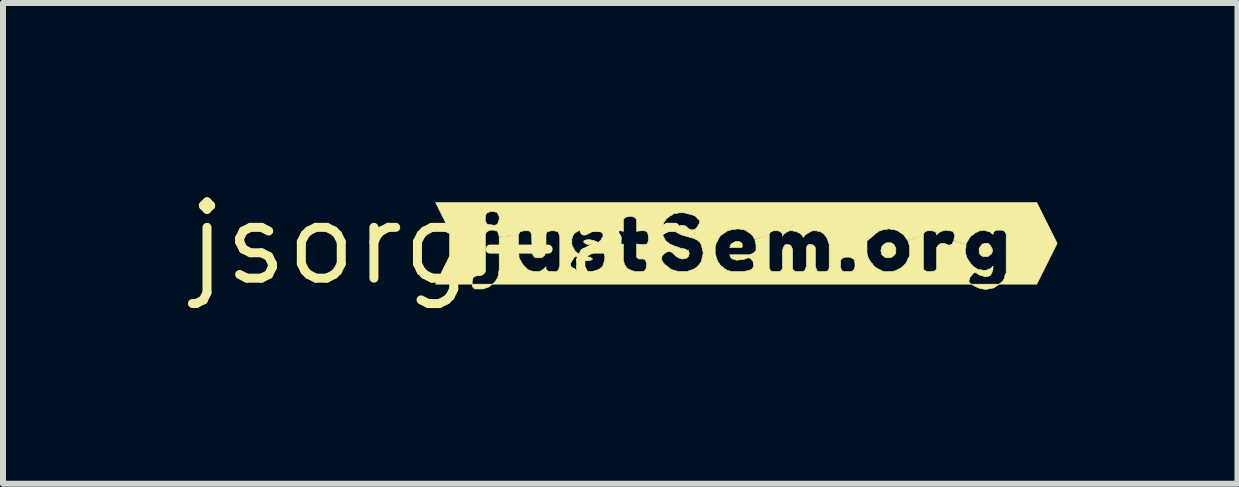
<source format=kicad_pcb>
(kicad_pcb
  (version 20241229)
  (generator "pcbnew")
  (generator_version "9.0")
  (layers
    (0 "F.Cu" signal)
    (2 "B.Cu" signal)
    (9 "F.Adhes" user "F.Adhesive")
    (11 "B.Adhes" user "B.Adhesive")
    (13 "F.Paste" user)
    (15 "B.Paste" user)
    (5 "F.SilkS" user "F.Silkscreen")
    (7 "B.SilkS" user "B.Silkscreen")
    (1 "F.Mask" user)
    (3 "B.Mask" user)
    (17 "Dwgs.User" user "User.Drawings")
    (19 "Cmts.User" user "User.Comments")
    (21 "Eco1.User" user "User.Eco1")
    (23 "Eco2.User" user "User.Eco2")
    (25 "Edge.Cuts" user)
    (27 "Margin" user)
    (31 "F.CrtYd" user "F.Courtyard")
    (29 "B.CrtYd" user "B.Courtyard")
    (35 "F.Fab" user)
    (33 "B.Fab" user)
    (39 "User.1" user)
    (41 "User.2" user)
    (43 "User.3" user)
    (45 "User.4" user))
  (footprint "jsorg-ar"
    (layer "F.Cu")
    (at 4.21 1.006)
    (property "Reference" "jsorg-ar" (at 0 0 0) (layer "F.SilkS") (effects (font (size 1.27 1.27) (thickness 0.15))))
    (attr board_only exclude_from_pos_files exclude_from_bom)
    (fp_poly (pts (xy 5.07 0.07) (xy 5.08 0.07) (xy 5.09 0.07) (xy 5.1 0.07) (xy 5.11 0.06) (xy 5.11 0.05) (xy 5.11 0.04) (xy 5.11 0.02) (xy 5.11 0.01) (xy 5.1 -0.01) (xy 5.08 -0.02) (xy 5.06 -0.03) (xy 5.03 -0.03) (xy 5 -0.03) (xy 4.98 -0.02) (xy 4.96 -0.01) (xy 4.94 0) (xy 4.92 0.02) (xy 4.91 0.04) (xy 4.91 0.06) (xy 4.9 0.07) (xy 5.07 0.07)) (stroke (width 0.01) (type solid)) (fill yes) (layer "F.SilkS"))
    (fp_poly (pts (xy 7.5 0.24) (xy 7.56 0.24) (xy 7.58 0.24) (xy 7.6 0.23) (xy 7.62 0.22) (xy 7.64 0.2) (xy 7.66 0.18) (xy 7.67 0.16) (xy 7.67 0.14) (xy 7.67 0.11) (xy 7.67 0.08) (xy 7.66 0.06) (xy 7.65 0.04) (xy 7.64 0.02) (xy 7.61 0) (xy 7.59 -0.01) (xy 7.57 -0.01) (xy 7.54 -0.01) (xy 7.52 -0.01) (xy 7.5 0) (xy 7.48 0.01) (xy 7.46 0.03) (xy 7.44 0.05) (xy 7.43 0.07) (xy 7.43 0.09) (xy 7.42 0.12) (xy 7.43 0.15) (xy 7.43 0.17) (xy 7.44 0.19) (xy 7.45 0.2) (xy 7.5 0.24)) (stroke (width 0.01) (type solid)) (fill yes) (layer "F.SilkS"))
    (fp_poly (pts (xy 9.06 0.16) (xy 9.09 0.2) (xy 9.11 0.21) (xy 9.12 0.22) (xy 9.14 0.22) (xy 9.16 0.22) (xy 9.18 0.22) (xy 9.2 0.22) (xy 9.22 0.21) (xy 9.24 0.19) (xy 9.26 0.18) (xy 9.27 0.16) (xy 9.28 0.14) (xy 9.28 0.12) (xy 9.28 0.1) (xy 9.27 0.08) (xy 9.26 0.06) (xy 9.25 0.04) (xy 9.23 0.02) (xy 9.22 0.01) (xy 9.2 0) (xy 9.18 0) (xy 9.15 0) (xy 9.13 0.01) (xy 9.11 0.01) (xy 9.1 0.03) (xy 9.08 0.05) (xy 9.07 0.07) (xy 9.06 0.08) (xy 9.06 0.1) (xy 9.06 0.16)) (stroke (width 0.01) (type solid)) (fill yes) (layer "F.SilkS"))
    (fp_poly (pts (xy 0.68 -0.68) (xy 0 -0.68) (xy 0.34 0) (xy 0.83 -0.11) (xy 0.83 -0.14) (xy 0.84 -0.17) (xy 0.85 -0.19) (xy 0.87 -0.2) (xy 0.9 -0.22) (xy 0.97 -0.22) (xy 0.98 -0.3) (xy 0.92 -0.31) (xy 0.89 -0.31) (xy 0.87 -0.32) (xy 0.86 -0.32) (xy 0.85 -0.33) (xy 0.84 -0.35) (xy 0.84 -0.36) (xy 0.83 -0.37) (xy 0.83 -0.47) (xy 0.84 -0.48) (xy 0.85 -0.5) (xy 0.86 -0.51) (xy 0.87 -0.51) (xy 0.89 -0.52) (xy 0.91 -0.53) (xy 0.94 -0.53) (xy 0.98 -0.53) (xy 1 -0.52) (xy 1.02 -0.52) (xy 1.03 -0.51) (xy 1.04 -0.49) (xy 1.05 -0.47) (xy 1.06 -0.45) (xy 1.06 -0.4) (xy 1.05 -0.37) (xy 1.04 -0.34) (xy 1.03 -0.32) (xy 1.01 -0.31) (xy 0.98 -0.3) (xy 0.97 -0.22) (xy 0.99 -0.21) (xy 1.01 -0.21) (xy 1.03 -0.2) (xy 1.04 -0.18) (xy 1.05 -0.16) (xy 1.05 -0.15) (xy 1.06 -0.11) (xy 1.38 -0.14) (xy 1.38 -0.15) (xy 1.39 -0.16) (xy 1.4 -0.18) (xy 1.41 -0.2) (xy 1.44 -0.2) (xy 1.47 -0.21) (xy 1.51 -0.21) (xy 1.54 -0.21) (xy 1.57 -0.2) (xy 1.58 -0.19) (xy 1.59 -0.18) (xy 1.59 -0.17) (xy 1.6 -0.16) (xy 1.6 -0.13) (xy 1.61 0.13) (xy 1.61 0.15) (xy 1.61 0.17) (xy 1.62 0.19) (xy 1.63 0.21) (xy 1.64 0.22) (xy 1.65 0.23) (xy 1.67 0.24) (xy 1.69 0.24) (xy 1.71 0.24) (xy 1.73 0.24) (xy 1.75 0.24) (xy 1.77 0.24) (xy 1.78 0.23) (xy 1.79 0.22) (xy 1.81 0.21) (xy 1.82 0.2) (xy 1.82 0.19) (xy 1.83 0.17) (xy 1.83 0.15) (xy 1.84 0.13) (xy 1.84 -0.12) (xy 1.84 -0.15) (xy 1.85 -0.18) (xy 1.86 -0.19) (xy 1.88 -0.2) (xy 1.9 -0.2) (xy 1.92 -0.21) (xy 1.95 -0.21) (xy 1.98 -0.21) (xy 2.01 -0.2) (xy 2.03 -0.2) (xy 2.04 -0.19) (xy 2.05 -0.18) (xy 2.06 -0.14) (xy 2.07 -0.11) (xy 2.07 0.37) (xy 2.25 0.35) (xy 2.25 0.33) (xy 2.27 0.3) (xy 2.3 0.25) (xy 2.31 0.23) (xy 2.32 0.23) (xy 2.33 0.22) (xy 2.35 0.22) (xy 2.37 0.23) (xy 2.4 0.24) (xy 2.47 0.28) (xy 2.49 0.29) (xy 2.51 0.29) (xy 2.55 0.29) (xy 2.58 0.28) (xy 2.59 0.28) (xy 2.6 0.27) (xy 2.61 0.27) (xy 2.61 0.26) (xy 2.61 0.25) (xy 2.6 0.25) (xy 2.59 0.24) (xy 2.58 0.23) (xy 2.56 0.23) (xy 2.52 0.22) (xy 2.48 0.21) (xy 2.44 0.2) (xy 2.4 0.18) (xy 2.36 0.16) (xy 2.34 0.14) (xy 2.32 0.12) (xy 2.3 0.08) (xy 2.28 0.05) (xy 2.27 0.01) (xy 2.27 -0.03) (xy 2.27 -0.07) (xy 2.28 -0.1) (xy 2.29 -0.13) (xy 2.31 -0.16) (xy 2.33 -0.18) (xy 2.35 -0.19) (xy 2.37 -0.2) (xy 2.39 -0.21) (xy 2.42 -0.22) (xy 2.45 -0.23) (xy 2.49 -0.23) (xy 2.52 -0.24) (xy 2.59 -0.24) (xy 2.62 -0.23) (xy 2.66 -0.23) (xy 2.69 -0.22) (xy 2.73 -0.2) (xy 2.75 -0.19) (xy 2.77 -0.18) (xy 2.78 -0.17) (xy 2.79 -0.15) (xy 2.79 -0.13) (xy 3.01 -0.14) (xy 3.02 -0.16) (xy 3.02 -0.18) (xy 3.05 -0.2) (xy 3.07 -0.21) (xy 3.08 -0.21) (xy 3.13 -0.2) (xy 3.13 -0.38) (xy 3.13 -0.4) (xy 3.15 -0.42) (xy 3.15 -0.43) (xy 3.16 -0.43) (xy 3.18 -0.44) (xy 3.19 -0.44) (xy 3.22 -0.45) (xy 3.25 -0.45) (xy 3.27 -0.45) (xy 3.29 -0.44) (xy 3.31 -0.44) (xy 3.32 -0.43) (xy 3.33 -0.42) (xy 3.34 -0.41) (xy 3.35 -0.4) (xy 3.35 -0.38) (xy 3.35 -0.34) (xy 3.35 -0.2) (xy 3.42 -0.21) (xy 3.47 -0.21) (xy 3.52 -0.2) (xy 3.52 -0.19) (xy 3.53 -0.18) (xy 3.54 -0.16) (xy 3.54 -0.15) (xy 3.78 -0.17) (xy 3.78 -0.21) (xy 3.78 -0.26) (xy 3.79 -0.3) (xy 3.8 -0.34) (xy 3.82 -0.37) (xy 3.84 -0.4) (xy 3.86 -0.42) (xy 3.89 -0.44) (xy 3.91 -0.46) (xy 3.94 -0.47) (xy 3.96 -0.49) (xy 3.99 -0.5) (xy 4.02 -0.5) (xy 4.06 -0.51) (xy 4.1 -0.51) (xy 4.14 -0.51) (xy 4.18 -0.5) (xy 4.22 -0.49) (xy 4.26 -0.48) (xy 4.29 -0.47) (xy 4.32 -0.46) (xy 4.36 -0.42) (xy 4.38 -0.4) (xy 4.4 -0.38) (xy 4.4 -0.36) (xy 4.4 -0.35) (xy 4.4 -0.34) (xy 4.38 -0.31) (xy 4.36 -0.27) (xy 4.33 -0.24) (xy 4.32 -0.23) (xy 4.3 -0.23) (xy 4.28 -0.22) (xy 4.27 -0.23) (xy 4.24 -0.23) (xy 4.21 -0.25) (xy 4.18 -0.28) (xy 4.16 -0.29) (xy 4.13 -0.3) (xy 4.09 -0.3) (xy 4.07 -0.29) (xy 4.06 -0.29) (xy 4.04 -0.28) (xy 4.03 -0.27) (xy 4.02 -0.26) (xy 4.01 -0.24) (xy 4.01 -0.23) (xy 4.01 -0.21) (xy 4.01 -0.19) (xy 4.02 -0.18) (xy 4.04 -0.17) (xy 4.06 -0.16) (xy 4.1 -0.14) (xy 4.24 -0.1) (xy 4.28 -0.09) (xy 4.31 -0.08) (xy 4.35 -0.06) (xy 4.37 -0.05) (xy 4.39 -0.03) (xy 4.41 -0.01) (xy 4.43 0.03) (xy 4.44 0.07) (xy 4.45 0.11) (xy 4.46 0.16) (xy 4.66 0.13) (xy 4.66 0.09) (xy 4.66 0.06) (xy 4.67 0.02) (xy 4.68 -0.01) (xy 4.7 -0.04) (xy 4.71 -0.07) (xy 4.73 -0.1) (xy 4.75 -0.13) (xy 4.78 -0.15) (xy 4.81 -0.17) (xy 4.84 -0.19) (xy 4.87 -0.21) (xy 4.91 -0.22) (xy 4.94 -0.23) (xy 4.98 -0.23) (xy 5.02 -0.24) (xy 5.06 -0.24) (xy 5.1 -0.23) (xy 5.13 -0.23) (xy 5.16 -0.22) (xy 5.19 -0.2) (xy 5.22 -0.18) (xy 5.25 -0.16) (xy 5.27 -0.14) (xy 5.29 -0.12) (xy 5.3 -0.1) (xy 5.32 -0.07) (xy 5.56 -0.14) (xy 5.56 -0.15) (xy 5.57 -0.17) (xy 5.58 -0.19) (xy 5.59 -0.19) (xy 5.61 -0.2) (xy 5.63 -0.21) (xy 5.65 -0.21) (xy 5.68 -0.21) (xy 5.71 -0.21) (xy 5.73 -0.2) (xy 5.74 -0.2) (xy 5.75 -0.19) (xy 5.76 -0.18) (xy 5.77 -0.17) (xy 5.78 -0.16) (xy 5.78 -0.14) (xy 5.78 -0.12) (xy 5.81 -0.16) (xy 5.83 -0.17) (xy 5.85 -0.19) (xy 5.86 -0.19) (xy 5.88 -0.2) (xy 5.9 -0.21) (xy 5.92 -0.21) (xy 5.95 -0.21) (xy 5.98 -0.2) (xy 6.01 -0.2) (xy 6.04 -0.18) (xy 6.07 -0.17) (xy 6.09 -0.15) (xy 6.11 -0.13) (xy 6.13 -0.1) (xy 6.16 -0.14) (xy 6.19 -0.16) (xy 6.24 -0.19) (xy 6.26 -0.2) (xy 6.28 -0.21) (xy 6.3 -0.21) (xy 6.33 -0.21) (xy 6.35 -0.21) (xy 6.37 -0.2) (xy 6.4 -0.2) (xy 6.42 -0.19) (xy 6.44 -0.18) (xy 6.45 -0.17) (xy 6.48 -0.15) (xy 6.49 -0.13) (xy 6.51 -0.11) (xy 6.52 -0.09) (xy 6.53 -0.07) (xy 6.54 -0.04) (xy 6.55 -0.01) (xy 6.56 0.02) (xy 6.56 0.07) (xy 6.56 0.11) (xy 6.56 0.37) (xy 6.75 0.37) (xy 6.75 0.31) (xy 6.75 0.3) (xy 6.75 0.28) (xy 6.76 0.27) (xy 6.77 0.26) (xy 6.79 0.24) (xy 6.81 0.24) (xy 6.83 0.23) (xy 6.86 0.23) (xy 6.9 0.23) (xy 6.92 0.24) (xy 6.95 0.25) (xy 6.96 0.26) (xy 6.98 0.27) (xy 6.98 0.3) (xy 7.2 0.21) (xy 7.19 0.16) (xy 7.19 0.12) (xy 7.19 -0.04) (xy 7.31 -0.14) (xy 7.34 -0.17) (xy 7.36 -0.18) (xy 7.38 -0.2) (xy 7.41 -0.21) (xy 7.44 -0.22) (xy 7.47 -0.23) (xy 7.5 -0.23) (xy 7.54 -0.24) (xy 7.57 -0.24) (xy 7.6 -0.23) (xy 7.64 -0.23) (xy 7.67 -0.22) (xy 7.7 -0.21) (xy 7.73 -0.19) (xy 7.76 -0.17) (xy 7.79 -0.15) (xy 7.81 -0.13) (xy 7.83 -0.1) (xy 7.85 -0.07) (xy 7.87 -0.05) (xy 8.13 -0.14) (xy 8.13 -0.16) (xy 8.15 -0.18) (xy 8.15 -0.19) (xy 8.17 -0.2) (xy 8.18 -0.2) (xy 8.2 -0.21) (xy 8.25 -0.21) (xy 8.28 -0.21) (xy 8.3 -0.2) (xy 8.32 -0.2) (xy 8.34 -0.18) (xy 8.35 -0.16) (xy 8.35 -0.14) (xy 8.37 -0.16) (xy 8.39 -0.18) (xy 8.43 -0.2) (xy 8.47 -0.21) (xy 8.5 -0.22) (xy 8.54 -0.21) (xy 8.57 -0.21) (xy 8.62 -0.2) (xy 8.64 -0.17) (xy 8.64 -0.16) (xy 8.65 -0.14) (xy 8.65 -0.11) (xy 8.64 -0.08) (xy 8.64 -0.05) (xy 8.84 0.02) (xy 8.85 -0.01) (xy 8.87 -0.04) (xy 8.88 -0.06) (xy 8.9 -0.09) (xy 8.92 -0.12) (xy 8.95 -0.14) (xy 8.98 -0.16) (xy 9 -0.18) (xy 9.03 -0.19) (xy 9.07 -0.21) (xy 9.1 -0.21) (xy 9.14 -0.22) (xy 9.17 -0.21) (xy 9.2 -0.2) (xy 9.24 -0.19) (xy 9.26 -0.17) (xy 9.29 -0.15) (xy 9.3 -0.18) (xy 9.31 -0.2) (xy 9.33 -0.21) (xy 9.35 -0.22) (xy 9.37 -0.22) (xy 9.4 -0.22) (xy 9.42 -0.22) (xy 9.44 -0.22) (xy 9.46 -0.21) (xy 9.47 -0.21) (xy 9.48 -0.2) (xy 9.49 -0.19) (xy 9.5 -0.17) (xy 9.51 -0.16) (xy 9.51 -0.14) (xy 9.51 -0.12) (xy 9.51 0.43) (xy 9.51 0.49) (xy 9.49 0.53) (xy 9.48 0.58) (xy 9.46 0.62) (xy 9.43 0.65) (xy 9.39 0.68) (xy 9.35 0.71) (xy 9.31 0.74) (xy 9.26 0.75) (xy 9.21 0.76) (xy 9.17 0.77) (xy 9.12 0.76) (xy 9.07 0.75) (xy 9.02 0.73) (xy 8.98 0.71) (xy 8.93 0.68) (xy 8.91 0.67) (xy 8.9 0.65) (xy 8.89 0.64) (xy 8.89 0.62) (xy 8.9 0.59) (xy 8.91 0.56) (xy 8.93 0.54) (xy 8.96 0.5) (xy 8.98 0.49) (xy 9 0.49) (xy 9.01 0.49) (xy 9.02 0.5) (xy 9.05 0.52) (xy 9.07 0.53) (xy 9.11 0.54) (xy 9.14 0.55) (xy 9.16 0.56) (xy 9.19 0.55) (xy 9.21 0.55) (xy 9.23 0.54) (xy 9.25 0.53) (xy 9.26 0.51) (xy 9.27 0.49) (xy 9.28 0.47) (xy 9.28 0.45) (xy 9.29 0.44) (xy 9.29 0.38) (xy 9.27 0.4) (xy 9.25 0.42) (xy 9.22 0.43) (xy 9.2 0.44) (xy 9.16 0.45) (xy 9.13 0.45) (xy 9.09 0.44) (xy 9.06 0.44) (xy 9.03 0.43) (xy 9 0.41) (xy 8.97 0.39) (xy 8.95 0.37) (xy 8.92 0.34) (xy 8.9 0.31) (xy 8.88 0.28) (xy 8.86 0.25) (xy 8.85 0.22) (xy 8.84 0.19) (xy 8.83 0.16) (xy 8.83 0.12) (xy 8.83 0.09) (xy 8.84 0.06) (xy 8.84 0.03) (xy 8.63 -0.04) (xy 8.62 -0.01) (xy 8.61 0.01) (xy 8.59 0.02) (xy 8.58 0.02) (xy 8.57 0.03) (xy 8.55 0.03) (xy 8.53 0.02) (xy 8.5 0.01) (xy 8.48 0) (xy 8.45 0) (xy 8.43 0) (xy 8.41 0.01) (xy 8.39 0.02) (xy 8.37 0.04) (xy 8.36 0.06) (xy 8.35 0.07) (xy 8.35 0.09) (xy 8.35 0.41) (xy 8.35 0.42) (xy 8.34 0.44) (xy 8.32 0.46) (xy 8.31 0.46) (xy 8.28 0.47) (xy 8.26 0.47) (xy 8.22 0.47) (xy 8.19 0.47) (xy 8.17 0.46) (xy 8.15 0.45) (xy 8.14 0.44) (xy 8.13 0.43) (xy 8.13 0.41) (xy 8.13 0.39) (xy 8.13 -0.14) (xy 7.87 -0.04) (xy 7.88 -0.02) (xy 7.89 0.02) (xy 7.9 0.05) (xy 7.9 0.09) (xy 7.9 0.13) (xy 7.9 0.16) (xy 7.9 0.2) (xy 7.89 0.23) (xy 7.87 0.26) (xy 7.86 0.29) (xy 7.84 0.33) (xy 7.82 0.35) (xy 7.79 0.38) (xy 7.77 0.4) (xy 7.74 0.42) (xy 7.71 0.43) (xy 7.68 0.45) (xy 7.65 0.46) (xy 7.61 0.47) (xy 7.58 0.47) (xy 7.54 0.47) (xy 7.51 0.47) (xy 7.48 0.47) (xy 7.44 0.46) (xy 7.41 0.44) (xy 7.38 0.43) (xy 7.35 0.41) (xy 7.32 0.39) (xy 7.3 0.37) (xy 7.28 0.34) (xy 7.25 0.31) (xy 7.24 0.29) (xy 7.22 0.26) (xy 7.2 0.21) (xy 6.98 0.3) (xy 6.99 0.33) (xy 6.99 0.36) (xy 6.99 0.39) (xy 6.98 0.41) (xy 6.98 0.43) (xy 6.96 0.45) (xy 6.95 0.46) (xy 6.93 0.47) (xy 6.9 0.47) (xy 6.87 0.47) (xy 6.83 0.47) (xy 6.81 0.47) (xy 6.78 0.46) (xy 6.77 0.45) (xy 6.76 0.43) (xy 6.75 0.4) (xy 6.75 0.37) (xy 6.56 0.37) (xy 6.56 0.4) (xy 6.55 0.44) (xy 6.53 0.46) (xy 6.51 0.47) (xy 6.48 0.47) (xy 6.45 0.47) (xy 6.41 0.47) (xy 6.38 0.47) (xy 6.36 0.46) (xy 6.35 0.44) (xy 6.34 0.41) (xy 6.33 0.38) (xy 6.33 0.12) (xy 6.33 0.08) (xy 6.32 0.05) (xy 6.31 0.04) (xy 6.3 0.04) (xy 6.29 0.03) (xy 6.28 0.02) (xy 6.25 0.02) (xy 6.22 0.02) (xy 6.2 0.03) (xy 6.19 0.05) (xy 6.18 0.07) (xy 6.18 0.1) (xy 6.18 0.13) (xy 6.18 0.38) (xy 6.17 0.41) (xy 6.16 0.44) (xy 6.15 0.45) (xy 6.14 0.46) (xy 6.12 0.47) (xy 6.09 0.47) (xy 6.06 0.47) (xy 6.02 0.47) (xy 6 0.47) (xy 5.98 0.46) (xy 5.97 0.45) (xy 5.96 0.44) (xy 5.95 0.42) (xy 5.95 0.41) (xy 5.95 0.12) (xy 5.95 0.1) (xy 5.94 0.08) (xy 5.93 0.05) (xy 5.92 0.04) (xy 5.91 0.03) (xy 5.9 0.03) (xy 5.89 0.02) (xy 5.86 0.02) (xy 5.84 0.02) (xy 5.82 0.03) (xy 5.81 0.04) (xy 5.81 0.05) (xy 5.8 0.06) (xy 5.79 0.09) (xy 5.78 0.13) (xy 5.78 0.41) (xy 5.78 0.42) (xy 5.77 0.44) (xy 5.76 0.45) (xy 5.75 0.46) (xy 5.73 0.47) (xy 5.7 0.47) (xy 5.66 0.47) (xy 5.63 0.47) (xy 5.61 0.47) (xy 5.59 0.46) (xy 5.58 0.45) (xy 5.57 0.43) (xy 5.56 0.42) (xy 5.56 0.41) (xy 5.56 -0.14) (xy 5.32 -0.06) (xy 5.33 -0.03) (xy 5.33 -0.01) (xy 5.34 0.02) (xy 5.34 0.12) (xy 5.3 0.16) (xy 5.28 0.17) (xy 5.26 0.18) (xy 5.23 0.19) (xy 5.21 0.19) (xy 4.9 0.19) (xy 4.91 0.2) (xy 4.91 0.22) (xy 4.92 0.23) (xy 4.92 0.24) (xy 4.95 0.26) (xy 4.99 0.27) (xy 5.01 0.28) (xy 5.03 0.28) (xy 5.1 0.27) (xy 5.14 0.27) (xy 5.17 0.25) (xy 5.19 0.25) (xy 5.21 0.24) (xy 5.22 0.24) (xy 5.24 0.25) (xy 5.26 0.26) (xy 5.27 0.28) (xy 5.29 0.3) (xy 5.3 0.35) (xy 5.3 0.36) (xy 5.3 0.38) (xy 5.3 0.39) (xy 5.29 0.4) (xy 5.28 0.42) (xy 5.27 0.43) (xy 5.25 0.44) (xy 5.23 0.45) (xy 5.18 0.46) (xy 5.13 0.47) (xy 5.06 0.47) (xy 5.01 0.47) (xy 4.97 0.47) (xy 4.93 0.47) (xy 4.9 0.46) (xy 4.86 0.45) (xy 4.83 0.43) (xy 4.8 0.41) (xy 4.78 0.39) (xy 4.75 0.37) (xy 4.73 0.34) (xy 4.71 0.31) (xy 4.69 0.27) (xy 4.68 0.24) (xy 4.67 0.2) (xy 4.66 0.17) (xy 4.66 0.13) (xy 4.46 0.16) (xy 4.45 0.21) (xy 4.44 0.25) (xy 4.43 0.3) (xy 4.41 0.33) (xy 4.38 0.37) (xy 4.36 0.39) (xy 4.32 0.42) (xy 4.28 0.44) (xy 4.24 0.45) (xy 4.19 0.47) (xy 4.15 0.47) (xy 4.1 0.47) (xy 4.06 0.47) (xy 4.01 0.46) (xy 3.98 0.45) (xy 3.94 0.44) (xy 3.92 0.43) (xy 3.86 0.38) (xy 3.83 0.36) (xy 3.81 0.34) (xy 3.8 0.33) (xy 3.78 0.3) (xy 3.77 0.28) (xy 3.77 0.25) (xy 3.77 0.24) (xy 3.77 0.22) (xy 3.78 0.21) (xy 3.81 0.17) (xy 3.83 0.16) (xy 3.86 0.14) (xy 3.87 0.14) (xy 3.89 0.14) (xy 3.91 0.14) (xy 3.92 0.14) (xy 3.95 0.16) (xy 4 0.21) (xy 4.03 0.23) (xy 4.07 0.25) (xy 4.08 0.25) (xy 4.1 0.26) (xy 4.13 0.26) (xy 4.15 0.25) (xy 4.18 0.25) (xy 4.19 0.24) (xy 4.21 0.22) (xy 4.22 0.21) (xy 4.22 0.19) (xy 4.23 0.17) (xy 4.22 0.15) (xy 4.22 0.13) (xy 4.21 0.12) (xy 4.19 0.11) (xy 4.17 0.1) (xy 4.14 0.09) (xy 4.08 0.08) (xy 4.03 0.06) (xy 3.99 0.05) (xy 3.95 0.03) (xy 3.9 0.01) (xy 3.88 -0.01) (xy 3.85 -0.03) (xy 3.83 -0.05) (xy 3.81 -0.09) (xy 3.79 -0.13) (xy 3.78 -0.17) (xy 3.54 -0.15) (xy 3.55 -0.1) (xy 3.55 -0.05) (xy 3.54 -0.03) (xy 3.54 -0.02) (xy 3.53 0) (xy 3.52 0.01) (xy 3.48 0.02) (xy 3.43 0.02) (xy 3.35 0.01) (xy 3.35 0.2) (xy 3.35 0.22) (xy 3.36 0.24) (xy 3.37 0.25) (xy 3.38 0.25) (xy 3.39 0.26) (xy 3.43 0.26) (xy 3.46 0.26) (xy 3.49 0.27) (xy 3.5 0.28) (xy 3.5 0.29) (xy 3.51 0.31) (xy 3.52 0.35) (xy 3.51 0.4) (xy 3.51 0.42) (xy 3.5 0.43) (xy 3.49 0.45) (xy 3.48 0.46) (xy 3.45 0.47) (xy 3.42 0.47) (xy 3.38 0.47) (xy 3.33 0.47) (xy 3.29 0.46) (xy 3.26 0.45) (xy 3.24 0.44) (xy 3.22 0.43) (xy 3.2 0.42) (xy 3.18 0.4) (xy 3.17 0.38) (xy 3.16 0.37) (xy 3.15 0.35) (xy 3.14 0.32) (xy 3.13 0.28) (xy 3.13 0.23) (xy 3.13 0.01) (xy 3.1 0.02) (xy 3.07 0.02) (xy 3.06 0.02) (xy 3.04 0.01) (xy 3.03 0) (xy 3.02 -0.01) (xy 3.01 -0.03) (xy 3.01 -0.05) (xy 3.01 -0.09) (xy 3.01 -0.14) (xy 2.79 -0.13) (xy 2.79 -0.11) (xy 2.77 -0.09) (xy 2.76 -0.06) (xy 2.74 -0.04) (xy 2.72 -0.02) (xy 2.71 -0.02) (xy 2.7 -0.02) (xy 2.68 -0.03) (xy 2.63 -0.05) (xy 2.61 -0.05) (xy 2.58 -0.06) (xy 2.56 -0.06) (xy 2.52 -0.06) (xy 2.49 -0.05) (xy 2.48 -0.05) (xy 2.48 -0.04) (xy 2.47 -0.04) (xy 2.47 -0.03) (xy 2.47 -0.02) (xy 2.48 -0.01) (xy 2.49 0) (xy 2.51 0.01) (xy 2.54 0.02) (xy 2.6 0.02) (xy 2.64 0.03) (xy 2.68 0.04) (xy 2.71 0.06) (xy 2.74 0.07) (xy 2.75 0.08) (xy 2.77 0.1) (xy 2.78 0.11) (xy 2.8 0.14) (xy 2.81 0.18) (xy 2.82 0.22) (xy 2.82 0.26) (xy 2.81 0.3) (xy 2.8 0.34) (xy 2.79 0.37) (xy 2.77 0.4) (xy 2.75 0.41) (xy 2.73 0.43) (xy 2.7 0.44) (xy 2.68 0.45) (xy 2.64 0.46) (xy 2.6 0.47) (xy 2.56 0.47) (xy 2.52 0.47) (xy 2.49 0.47) (xy 2.46 0.47) (xy 2.43 0.46) (xy 2.39 0.46) (xy 2.36 0.45) (xy 2.33 0.43) (xy 2.27 0.4) (xy 2.26 0.39) (xy 2.25 0.37) (xy 2.25 0.35) (xy 2.07 0.37) (xy 2.06 0.4) (xy 2.05 0.44) (xy 2.04 0.45) (xy 2.03 0.46) (xy 2.02 0.47) (xy 2 0.47) (xy 1.97 0.47) (xy 1.94 0.47) (xy 1.92 0.47) (xy 1.89 0.47) (xy 1.87 0.46) (xy 1.86 0.45) (xy 1.85 0.44) (xy 1.84 0.43) (xy 1.84 0.42) (xy 1.84 0.39) (xy 1.83 0.4) (xy 1.82 0.41) (xy 1.8 0.43) (xy 1.77 0.45) (xy 1.75 0.46) (xy 1.73 0.47) (xy 1.71 0.47) (xy 1.69 0.47) (xy 1.64 0.47) (xy 1.6 0.46) (xy 1.56 0.45) (xy 1.53 0.43) (xy 1.5 0.4) (xy 1.47 0.37) (xy 1.44 0.33) (xy 1.42 0.29) (xy 1.4 0.26) (xy 1.39 0.23) (xy 1.39 0.19) (xy 1.38 0.16) (xy 1.38 -0.14) (xy 1.06 -0.1) (xy 1.06 0.44) (xy 1.05 0.48) (xy 1.05 0.52) (xy 1.04 0.55) (xy 1.03 0.58) (xy 1.01 0.61) (xy 1 0.63) (xy 0.98 0.65) (xy 0.96 0.67) (xy 0.93 0.69) (xy 0.91 0.71) (xy 0.88 0.73) (xy 0.85 0.74) (xy 0.82 0.75) (xy 0.79 0.76) (xy 0.77 0.76) (xy 0.74 0.76) (xy 0.66 0.76) (xy 0.65 0.76) (xy 0.63 0.74) (xy 0.62 0.73) (xy 0.61 0.71) (xy 0.61 0.67) (xy 0.61 0.63) (xy 0.62 0.6) (xy 0.62 0.58) (xy 0.63 0.57) (xy 0.64 0.56) (xy 0.65 0.55) (xy 0.66 0.55) (xy 0.69 0.54) (xy 0.73 0.54) (xy 0.74 0.54) (xy 0.77 0.53) (xy 0.79 0.52) (xy 0.8 0.51) (xy 0.81 0.5) (xy 0.82 0.49) (xy 0.83 0.47) (xy 0.83 0.43) (xy 0.83 -0.11) (xy 0.34 0) (xy 0 0.68) (xy 10.02 0.68) (xy 10.36 0) (xy 10.02 -0.68) (xy 0.68 -0.68)) (stroke (width 0.01) (type solid)) (fill yes) (layer "F.SilkS")))
  (gr_rect
    (start -3 -3)
    (end 17.575 5.012)
    (stroke (width 0.1) (type default))
    (fill no)
    (layer "Edge.Cuts")))
</source>
